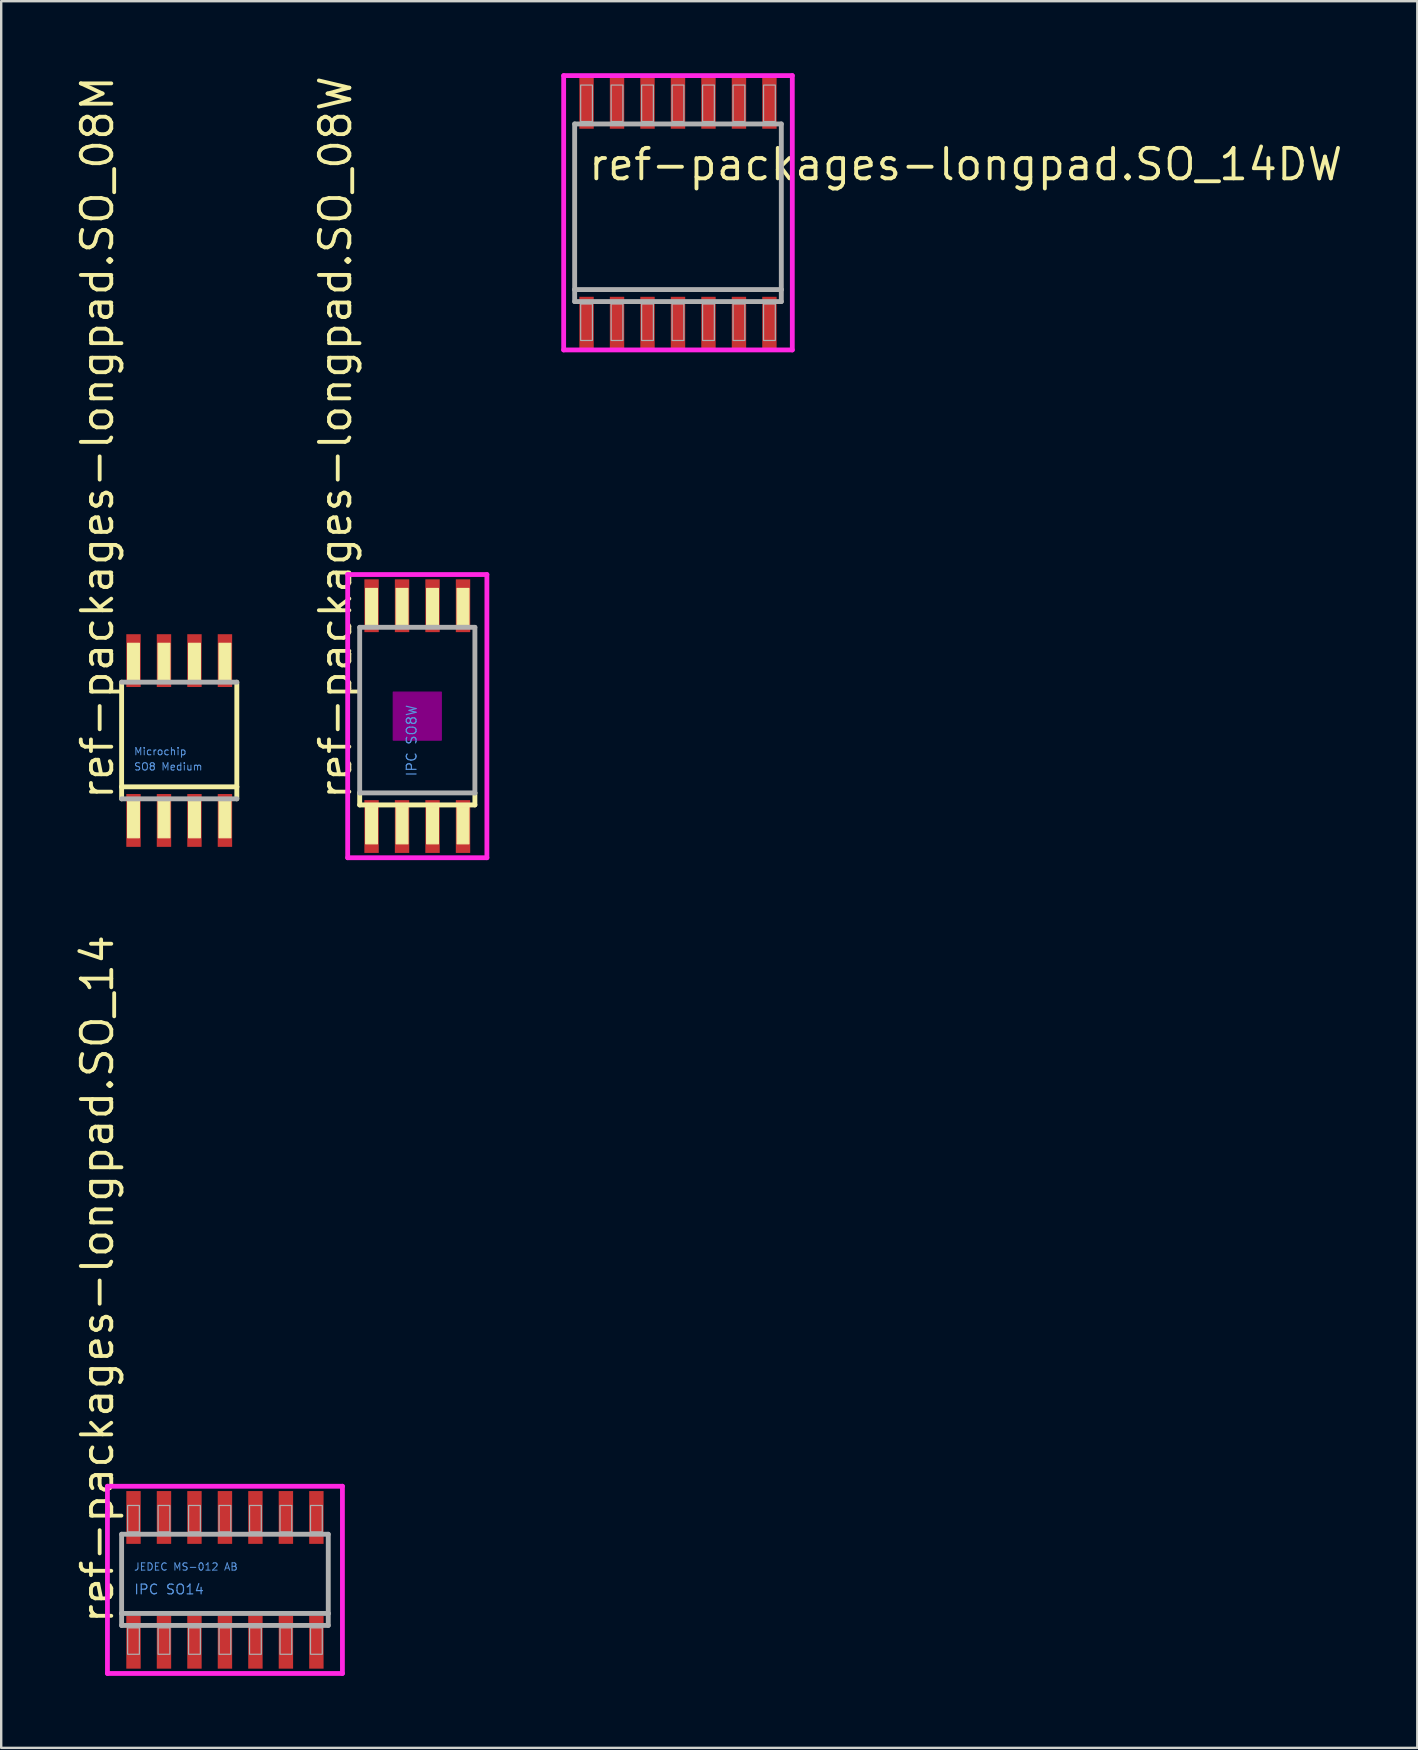
<source format=kicad_pcb>
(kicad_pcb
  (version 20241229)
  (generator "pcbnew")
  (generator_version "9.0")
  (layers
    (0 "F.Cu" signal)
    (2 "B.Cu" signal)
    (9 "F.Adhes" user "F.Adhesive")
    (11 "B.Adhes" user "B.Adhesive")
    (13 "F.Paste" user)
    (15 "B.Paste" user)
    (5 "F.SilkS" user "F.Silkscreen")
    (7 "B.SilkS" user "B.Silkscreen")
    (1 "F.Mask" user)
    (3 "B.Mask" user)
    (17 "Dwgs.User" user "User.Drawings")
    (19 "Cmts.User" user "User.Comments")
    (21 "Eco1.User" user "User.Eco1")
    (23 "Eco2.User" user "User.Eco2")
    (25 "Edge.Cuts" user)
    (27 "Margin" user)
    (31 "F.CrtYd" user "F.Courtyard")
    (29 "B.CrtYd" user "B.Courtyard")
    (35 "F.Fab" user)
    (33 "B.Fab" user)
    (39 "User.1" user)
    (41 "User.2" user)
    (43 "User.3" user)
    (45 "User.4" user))
  (footprint "ref-packages-longpad.SO_14DW"
    (layer "F.Cu")
    (at 25.198 5.815)
    (property "Reference" "ref-packages-longpad.SO_14DW" (at -3.81 -1.27 0) (layer "F.SilkS") (effects (font (size 1.27 1.27) (thickness 0.16)) (justify left bottom)))
    (attr smd)
    (fp_line (start -4.763 -5.715) (end -4.763 5.715) (stroke (width 0.2) (type default)) (layer "F.CrtYd"))
    (fp_line (start -4.763 5.715) (end 4.763 5.715) (stroke (width 0.2) (type default)) (layer "F.CrtYd"))
    (fp_line (start 4.763 -5.715) (end -4.763 -5.715) (stroke (width 0.2) (type default)) (layer "F.CrtYd"))
    (fp_line (start 4.763 5.715) (end 4.763 -5.715) (stroke (width 0.2) (type default)) (layer "F.CrtYd"))
    (fp_line (start -4.305 -3.7) (end 4.305 -3.7) (stroke (width 0.203) (type default)) (layer "F.Fab"))
    (fp_line (start -4.305 3.2) (end -4.305 -3.7) (stroke (width 0.203) (type default)) (layer "F.Fab"))
    (fp_line (start -4.305 3.7) (end -4.305 3.2) (stroke (width 0.203) (type default)) (layer "F.Fab"))
    (fp_line (start 4.305 -3.7) (end 4.305 3.2) (stroke (width 0.203) (type default)) (layer "F.Fab"))
    (fp_line (start 4.305 3.2) (end -4.305 3.2) (stroke (width 0.203) (type default)) (layer "F.Fab"))
    (fp_line (start 4.305 3.2) (end 4.305 3.7) (stroke (width 0.203) (type default)) (layer "F.Fab"))
    (fp_line (start 4.305 3.7) (end -4.305 3.7) (stroke (width 0.203) (type default)) (layer "F.Fab"))
    (fp_rect (start -4.055 -3.8) (end -3.565 -5.32) (stroke (width 0.05) (type default)) (fill no) (layer "F.Fab"))
    (fp_rect (start -4.055 5.32) (end -3.565 3.8) (stroke (width 0.05) (type default)) (fill no) (layer "F.Fab"))
    (fp_rect (start -2.785 -3.8) (end -2.295 -5.32) (stroke (width 0.05) (type default)) (fill no) (layer "F.Fab"))
    (fp_rect (start -2.785 5.32) (end -2.295 3.8) (stroke (width 0.05) (type default)) (fill no) (layer "F.Fab"))
    (fp_rect (start -1.515 -3.8) (end -1.025 -5.32) (stroke (width 0.05) (type default)) (fill no) (layer "F.Fab"))
    (fp_rect (start -1.515 5.32) (end -1.025 3.8) (stroke (width 0.05) (type default)) (fill no) (layer "F.Fab"))
    (fp_rect (start -0.245 -3.8) (end 0.245 -5.32) (stroke (width 0.05) (type default)) (fill no) (layer "F.Fab"))
    (fp_rect (start -0.245 5.32) (end 0.245 3.8) (stroke (width 0.05) (type default)) (fill no) (layer "F.Fab"))
    (fp_rect (start 1.025 -3.8) (end 1.515 -5.32) (stroke (width 0.05) (type default)) (fill no) (layer "F.Fab"))
    (fp_rect (start 1.025 5.32) (end 1.515 3.8) (stroke (width 0.05) (type default)) (fill no) (layer "F.Fab"))
    (fp_rect (start 2.295 -3.8) (end 2.785 -5.32) (stroke (width 0.05) (type default)) (fill no) (layer "F.Fab"))
    (fp_rect (start 2.295 5.32) (end 2.785 3.8) (stroke (width 0.05) (type default)) (fill no) (layer "F.Fab"))
    (fp_rect (start 3.565 -3.8) (end 4.055 -5.32) (stroke (width 0.05) (type default)) (fill no) (layer "F.Fab"))
    (fp_rect (start 3.565 5.32) (end 4.055 3.8) (stroke (width 0.05) (type default)) (fill no) (layer "F.Fab"))
    (pad "1" smd roundrect (at -3.81 4.6) (size 0.6 2.2) (layers "F.Cu" "F.Mask" "F.Paste") (roundrect_rratio 0.01))
    (pad "2" smd roundrect (at -2.54 4.6) (size 0.6 2.2) (layers "F.Cu" "F.Mask" "F.Paste") (roundrect_rratio 0.01))
    (pad "3" smd roundrect (at -1.27 4.6) (size 0.6 2.2) (layers "F.Cu" "F.Mask" "F.Paste") (roundrect_rratio 0.01))
    (pad "4" smd roundrect (at 0 4.6) (size 0.6 2.2) (layers "F.Cu" "F.Mask" "F.Paste") (roundrect_rratio 0.01))
    (pad "5" smd roundrect (at 1.27 4.6) (size 0.6 2.2) (layers "F.Cu" "F.Mask" "F.Paste") (roundrect_rratio 0.01))
    (pad "6" smd roundrect (at 2.54 4.6) (size 0.6 2.2) (layers "F.Cu" "F.Mask" "F.Paste") (roundrect_rratio 0.01))
    (pad "7" smd roundrect (at 3.81 4.6) (size 0.6 2.2) (layers "F.Cu" "F.Mask" "F.Paste") (roundrect_rratio 0.01))
    (pad "8" smd roundrect (at 3.81 -4.6) (size 0.6 2.2) (layers "F.Cu" "F.Mask" "F.Paste") (roundrect_rratio 0.01))
    (pad "9" smd roundrect (at 2.54 -4.6) (size 0.6 2.2) (layers "F.Cu" "F.Mask" "F.Paste") (roundrect_rratio 0.01))
    (pad "10" smd roundrect (at 1.27 -4.6) (size 0.6 2.2) (layers "F.Cu" "F.Mask" "F.Paste") (roundrect_rratio 0.01))
    (pad "11" smd roundrect (at 0 -4.6) (size 0.6 2.2) (layers "F.Cu" "F.Mask" "F.Paste") (roundrect_rratio 0.01))
    (pad "12" smd roundrect (at -1.27 -4.6) (size 0.6 2.2) (layers "F.Cu" "F.Mask" "F.Paste") (roundrect_rratio 0.01))
    (pad "13" smd roundrect (at -2.54 -4.6) (size 0.6 2.2) (layers "F.Cu" "F.Mask" "F.Paste") (roundrect_rratio 0.01))
    (pad "14" smd roundrect (at -3.81 -4.6) (size 0.6 2.2) (layers "F.Cu" "F.Mask" "F.Paste") (roundrect_rratio 0.01)))
  (footprint "ref-packages-longpad.SO_08M"
    (layer "F.Cu")
    (at 4.417 27.803)
    (property "Reference" "ref-packages-longpad.SO_08M" (at -2.667 2.54 90) (layer "F.SilkS") (effects (font (size 1.27 1.27) (thickness 0.16)) (justify left bottom)))
    (attr smd)
    (fp_line (start -2.4 1.93) (end -2.4 -2.43) (stroke (width 0.203) (type default)) (layer "F.SilkS"))
    (fp_line (start -2.4 2.43) (end -2.4 1.93) (stroke (width 0.203) (type default)) (layer "F.SilkS"))
    (fp_line (start 2.4 -2.43) (end 2.4 1.93) (stroke (width 0.203) (type default)) (layer "F.SilkS"))
    (fp_line (start 2.4 1.93) (end -2.4 1.93) (stroke (width 0.203) (type default)) (layer "F.SilkS"))
    (fp_line (start 2.4 1.93) (end 2.4 2.43) (stroke (width 0.203) (type default)) (layer "F.SilkS"))
    (fp_rect (start -2.15 -2.53) (end -1.66 -4.05) (stroke (width 0.05) (type default)) (fill yes) (layer "F.SilkS"))
    (fp_rect (start -2.15 4.05) (end -1.66 2.53) (stroke (width 0.05) (type default)) (fill yes) (layer "F.SilkS"))
    (fp_rect (start -0.88 -2.53) (end -0.39 -4.05) (stroke (width 0.05) (type default)) (fill yes) (layer "F.SilkS"))
    (fp_rect (start -0.88 4.05) (end -0.39 2.53) (stroke (width 0.05) (type default)) (fill yes) (layer "F.SilkS"))
    (fp_rect (start 0.39 -2.53) (end 0.88 -4.05) (stroke (width 0.05) (type default)) (fill yes) (layer "F.SilkS"))
    (fp_rect (start 0.39 4.05) (end 0.88 2.53) (stroke (width 0.05) (type default)) (fill yes) (layer "F.SilkS"))
    (fp_rect (start 1.66 -2.53) (end 2.15 -4.05) (stroke (width 0.05) (type default)) (fill yes) (layer "F.SilkS"))
    (fp_rect (start 1.66 4.05) (end 2.15 2.53) (stroke (width 0.05) (type default)) (fill yes) (layer "F.SilkS"))
    (fp_line (start -2.4 -2.43) (end 2.4 -2.43) (stroke (width 0.203) (type default)) (layer "F.Fab"))
    (fp_line (start 2.4 2.43) (end -2.4 2.43) (stroke (width 0.203) (type default)) (layer "F.Fab"))
    (fp_text user "Microchip" (at -1.905 0.635 0) (layer "Cmts.User") (effects (font (size 0.305 0.305) (thickness 0.04)) (justify left bottom)))
    (fp_text user "SO8 Medium" (at -1.905 1.27 0) (layer "Cmts.User") (effects (font (size 0.305 0.305) (thickness 0.04)) (justify left bottom)))
    (pad "1" smd roundrect (at -1.905 3.33) (size 0.6 2.2) (layers "F.Cu" "F.Mask" "F.Paste") (roundrect_rratio 0.01))
    (pad "2" smd roundrect (at -0.635 3.33) (size 0.6 2.2) (layers "F.Cu" "F.Mask" "F.Paste") (roundrect_rratio 0.01))
    (pad "3" smd roundrect (at 0.635 3.33) (size 0.6 2.2) (layers "F.Cu" "F.Mask" "F.Paste") (roundrect_rratio 0.01))
    (pad "4" smd roundrect (at 1.905 3.33) (size 0.6 2.2) (layers "F.Cu" "F.Mask" "F.Paste") (roundrect_rratio 0.01))
    (pad "5" smd roundrect (at 1.905 -3.33) (size 0.6 2.2) (layers "F.Cu" "F.Mask" "F.Paste") (roundrect_rratio 0.01))
    (pad "6" smd roundrect (at 0.635 -3.33) (size 0.6 2.2) (layers "F.Cu" "F.Mask" "F.Paste") (roundrect_rratio 0.01))
    (pad "7" smd roundrect (at -0.635 -3.33) (size 0.6 2.2) (layers "F.Cu" "F.Mask" "F.Paste") (roundrect_rratio 0.01))
    (pad "8" smd roundrect (at -1.905 -3.33) (size 0.6 2.2) (layers "F.Cu" "F.Mask" "F.Paste") (roundrect_rratio 0.01)))
  (footprint "ref-packages-longpad.SO_08W"
    (layer "F.Cu")
    (at 14.336 26.787)
    (property "Reference" "ref-packages-longpad.SO_08W" (at -2.667 3.556 90) (layer "F.SilkS") (effects (font (size 1.27 1.27) (thickness 0.16)) (justify left bottom)))
    (attr smd)
    (fp_line (start -2.4 3.7) (end -2.4 3.2) (stroke (width 0.203) (type default)) (layer "F.SilkS"))
    (fp_line (start 2.4 3.2) (end 2.4 3.7) (stroke (width 0.203) (type default)) (layer "F.SilkS"))
    (fp_line (start 2.4 3.7) (end -2.4 3.7) (stroke (width 0.203) (type default)) (layer "F.SilkS"))
    (fp_rect (start -2.15 -3.8) (end -1.66 -5.32) (stroke (width 0.05) (type default)) (fill yes) (layer "F.SilkS"))
    (fp_rect (start -2.15 5.32) (end -1.66 3.8) (stroke (width 0.05) (type default)) (fill yes) (layer "F.SilkS"))
    (fp_rect (start -0.88 -3.8) (end -0.39 -5.32) (stroke (width 0.05) (type default)) (fill yes) (layer "F.SilkS"))
    (fp_rect (start -0.88 5.32) (end -0.39 3.8) (stroke (width 0.05) (type default)) (fill yes) (layer "F.SilkS"))
    (fp_rect (start 0.39 -3.8) (end 0.88 -5.32) (stroke (width 0.05) (type default)) (fill yes) (layer "F.SilkS"))
    (fp_rect (start 0.39 5.32) (end 0.88 3.8) (stroke (width 0.05) (type default)) (fill yes) (layer "F.SilkS"))
    (fp_rect (start 1.66 -3.8) (end 2.15 -5.32) (stroke (width 0.05) (type default)) (fill yes) (layer "F.SilkS"))
    (fp_rect (start 1.66 5.32) (end 2.15 3.8) (stroke (width 0.05) (type default)) (fill yes) (layer "F.SilkS"))
    (fp_rect (start -1 1) (end 1 -1) (stroke (width 0.05) (type default)) (fill yes) (layer "F.Adhes"))
    (fp_line (start -2.9 -5.9) (end 2.9 -5.9) (stroke (width 0.2) (type default)) (layer "F.CrtYd"))
    (fp_line (start -2.9 5.9) (end -2.9 -5.9) (stroke (width 0.2) (type default)) (layer "F.CrtYd"))
    (fp_line (start 2.9 -5.9) (end 2.9 5.9) (stroke (width 0.2) (type default)) (layer "F.CrtYd"))
    (fp_line (start 2.9 5.9) (end -2.9 5.9) (stroke (width 0.2) (type default)) (layer "F.CrtYd"))
    (fp_line (start -2.4 -3.7) (end 2.4 -3.7) (stroke (width 0.203) (type default)) (layer "F.Fab"))
    (fp_line (start -2.4 3.2) (end -2.4 -3.7) (stroke (width 0.203) (type default)) (layer "F.Fab"))
    (fp_line (start 2.4 -3.7) (end 2.4 3.2) (stroke (width 0.203) (type default)) (layer "F.Fab"))
    (fp_line (start 2.4 3.2) (end -2.4 3.2) (stroke (width 0.203) (type default)) (layer "F.Fab"))
    (fp_text user "IPC SO8W" (at 0 2.54 90) (layer "Cmts.User") (effects (font (size 0.406 0.406) (thickness 0.05)) (justify left bottom)))
    (pad "1" smd roundrect (at -1.905 4.6) (size 0.6 2.2) (layers "F.Cu" "F.Mask" "F.Paste") (roundrect_rratio 0.01))
    (pad "2" smd roundrect (at -0.635 4.6) (size 0.6 2.2) (layers "F.Cu" "F.Mask" "F.Paste") (roundrect_rratio 0.01))
    (pad "3" smd roundrect (at 0.635 4.6) (size 0.6 2.2) (layers "F.Cu" "F.Mask" "F.Paste") (roundrect_rratio 0.01))
    (pad "4" smd roundrect (at 1.905 4.6) (size 0.6 2.2) (layers "F.Cu" "F.Mask" "F.Paste") (roundrect_rratio 0.01))
    (pad "5" smd roundrect (at 1.905 -4.6) (size 0.6 2.2) (layers "F.Cu" "F.Mask" "F.Paste") (roundrect_rratio 0.01))
    (pad "6" smd roundrect (at 0.635 -4.6) (size 0.6 2.2) (layers "F.Cu" "F.Mask" "F.Paste") (roundrect_rratio 0.01))
    (pad "7" smd roundrect (at -0.635 -4.6) (size 0.6 2.2) (layers "F.Cu" "F.Mask" "F.Paste") (roundrect_rratio 0.01))
    (pad "8" smd roundrect (at -1.905 -4.6) (size 0.6 2.2) (layers "F.Cu" "F.Mask" "F.Paste") (roundrect_rratio 0.01)))
  (footprint "ref-packages-longpad.SO_14"
    (layer "F.Cu")
    (at 6.322 62.774)
    (property "Reference" "ref-packages-longpad.SO_14" (at -4.572 1.905 90) (layer "F.SilkS") (effects (font (size 1.27 1.27) (thickness 0.16)) (justify left bottom)))
    (attr smd)
    (fp_line (start -4.895 -3.9) (end 4.895 -3.9) (stroke (width 0.2) (type default)) (layer "F.CrtYd"))
    (fp_line (start -4.895 3.9) (end -4.895 -3.9) (stroke (width 0.2) (type default)) (layer "F.CrtYd"))
    (fp_line (start 4.895 -3.9) (end 4.895 3.9) (stroke (width 0.2) (type default)) (layer "F.CrtYd"))
    (fp_line (start 4.895 3.9) (end -4.895 3.9) (stroke (width 0.2) (type default)) (layer "F.CrtYd"))
    (fp_line (start -4.305 -1.9) (end 4.305 -1.9) (stroke (width 0.203) (type default)) (layer "F.Fab"))
    (fp_line (start -4.305 1.4) (end -4.305 -1.9) (stroke (width 0.203) (type default)) (layer "F.Fab"))
    (fp_line (start -4.305 1.9) (end -4.305 1.4) (stroke (width 0.203) (type default)) (layer "F.Fab"))
    (fp_line (start 4.305 -1.9) (end 4.305 1.4) (stroke (width 0.203) (type default)) (layer "F.Fab"))
    (fp_line (start 4.305 1.4) (end -4.305 1.4) (stroke (width 0.203) (type default)) (layer "F.Fab"))
    (fp_line (start 4.305 1.4) (end 4.305 1.9) (stroke (width 0.203) (type default)) (layer "F.Fab"))
    (fp_line (start 4.305 1.9) (end -4.305 1.9) (stroke (width 0.203) (type default)) (layer "F.Fab"))
    (fp_rect (start -4.055 -2) (end -3.565 -3.1) (stroke (width 0.05) (type default)) (fill no) (layer "F.Fab"))
    (fp_rect (start -4.055 3.1) (end -3.565 2) (stroke (width 0.05) (type default)) (fill no) (layer "F.Fab"))
    (fp_rect (start -2.785 -2) (end -2.295 -3.1) (stroke (width 0.05) (type default)) (fill no) (layer "F.Fab"))
    (fp_rect (start -2.785 3.1) (end -2.295 2) (stroke (width 0.05) (type default)) (fill no) (layer "F.Fab"))
    (fp_rect (start -1.515 -2) (end -1.025 -3.1) (stroke (width 0.05) (type default)) (fill no) (layer "F.Fab"))
    (fp_rect (start -1.515 3.1) (end -1.025 2) (stroke (width 0.05) (type default)) (fill no) (layer "F.Fab"))
    (fp_rect (start -0.245 -2) (end 0.245 -3.1) (stroke (width 0.05) (type default)) (fill no) (layer "F.Fab"))
    (fp_rect (start -0.245 3.1) (end 0.245 2) (stroke (width 0.05) (type default)) (fill no) (layer "F.Fab"))
    (fp_rect (start 1.025 -2) (end 1.515 -3.1) (stroke (width 0.05) (type default)) (fill no) (layer "F.Fab"))
    (fp_rect (start 1.025 3.1) (end 1.515 2) (stroke (width 0.05) (type default)) (fill no) (layer "F.Fab"))
    (fp_rect (start 2.295 -2) (end 2.785 -3.1) (stroke (width 0.05) (type default)) (fill no) (layer "F.Fab"))
    (fp_rect (start 2.295 3.1) (end 2.785 2) (stroke (width 0.05) (type default)) (fill no) (layer "F.Fab"))
    (fp_rect (start 3.565 -2) (end 4.055 -3.1) (stroke (width 0.05) (type default)) (fill no) (layer "F.Fab"))
    (fp_rect (start 3.565 3.1) (end 4.055 2) (stroke (width 0.05) (type default)) (fill no) (layer "F.Fab"))
    (fp_text user "IPC SO14" (at -3.81 0.635 0) (layer "Cmts.User") (effects (font (size 0.406 0.406) (thickness 0.05)) (justify left bottom)))
    (fp_text user "JEDEC MS-012 AB" (at -3.81 -0.365 0) (layer "Cmts.User") (effects (font (size 0.305 0.305) (thickness 0.04)) (justify left bottom)))
    (pad "1" smd roundrect (at -3.81 2.6) (size 0.6 2.2) (layers "F.Cu" "F.Mask" "F.Paste") (roundrect_rratio 0.01))
    (pad "2" smd roundrect (at -2.54 2.6) (size 0.6 2.2) (layers "F.Cu" "F.Mask" "F.Paste") (roundrect_rratio 0.01))
    (pad "3" smd roundrect (at -1.27 2.6) (size 0.6 2.2) (layers "F.Cu" "F.Mask" "F.Paste") (roundrect_rratio 0.01))
    (pad "4" smd roundrect (at 0 2.6) (size 0.6 2.2) (layers "F.Cu" "F.Mask" "F.Paste") (roundrect_rratio 0.01))
    (pad "5" smd roundrect (at 1.27 2.6) (size 0.6 2.2) (layers "F.Cu" "F.Mask" "F.Paste") (roundrect_rratio 0.01))
    (pad "6" smd roundrect (at 2.54 2.6) (size 0.6 2.2) (layers "F.Cu" "F.Mask" "F.Paste") (roundrect_rratio 0.01))
    (pad "7" smd roundrect (at 3.81 2.6) (size 0.6 2.2) (layers "F.Cu" "F.Mask" "F.Paste") (roundrect_rratio 0.01))
    (pad "8" smd roundrect (at 3.81 -2.6) (size 0.6 2.2) (layers "F.Cu" "F.Mask" "F.Paste") (roundrect_rratio 0.01))
    (pad "9" smd roundrect (at 2.54 -2.6) (size 0.6 2.2) (layers "F.Cu" "F.Mask" "F.Paste") (roundrect_rratio 0.01))
    (pad "10" smd roundrect (at 1.27 -2.6) (size 0.6 2.2) (layers "F.Cu" "F.Mask" "F.Paste") (roundrect_rratio 0.01))
    (pad "11" smd roundrect (at 0 -2.6) (size 0.6 2.2) (layers "F.Cu" "F.Mask" "F.Paste") (roundrect_rratio 0.01))
    (pad "12" smd roundrect (at -1.27 -2.6) (size 0.6 2.2) (layers "F.Cu" "F.Mask" "F.Paste") (roundrect_rratio 0.01))
    (pad "13" smd roundrect (at -2.54 -2.6) (size 0.6 2.2) (layers "F.Cu" "F.Mask" "F.Paste") (roundrect_rratio 0.01))
    (pad "14" smd roundrect (at -3.81 -2.6) (size 0.6 2.2) (layers "F.Cu" "F.Mask" "F.Paste") (roundrect_rratio 0.01)))
  (gr_rect
    (start -3 -3)
    (end 56.001 69.774)
    (stroke (width 0.1) (type default))
    (fill no)
    (layer "Edge.Cuts")))
</source>
